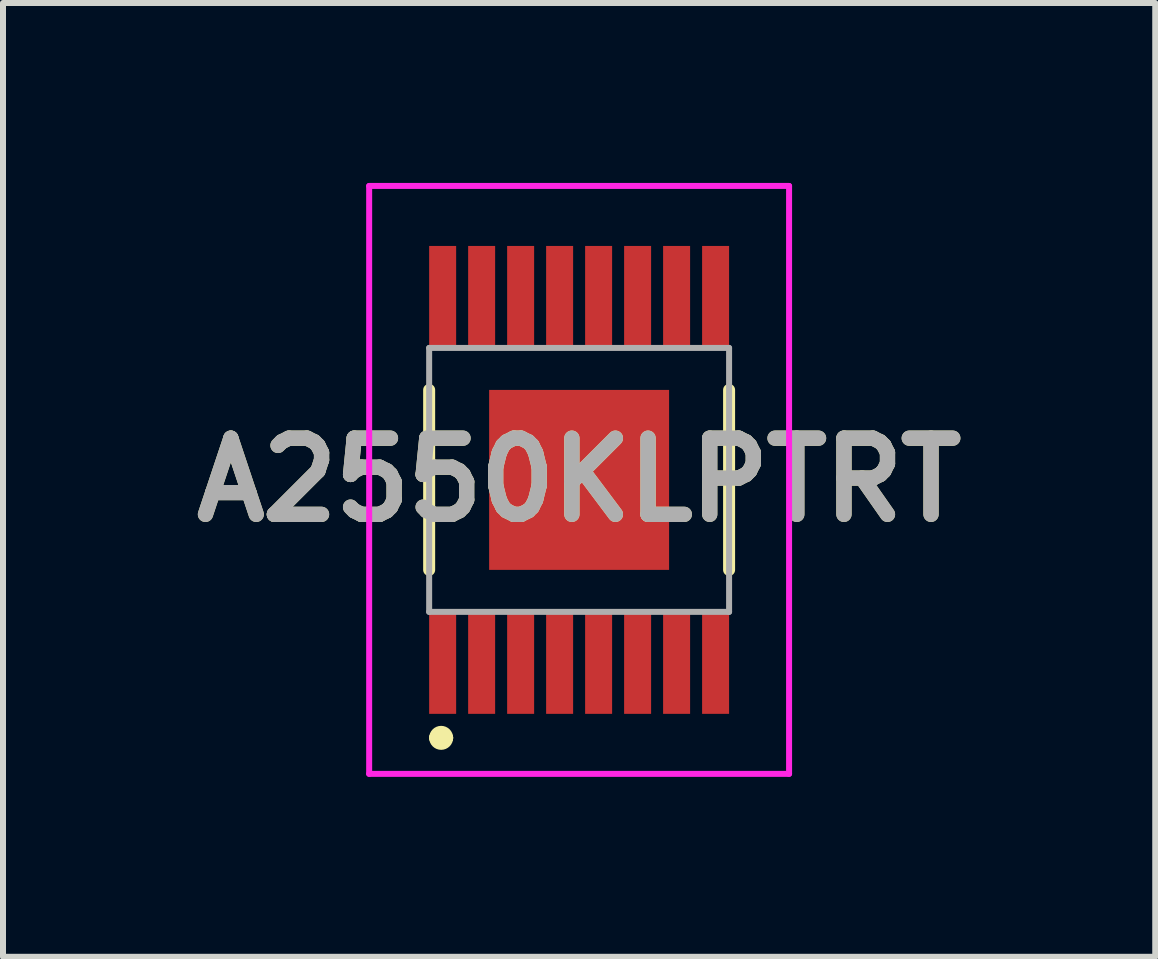
<source format=kicad_pcb>
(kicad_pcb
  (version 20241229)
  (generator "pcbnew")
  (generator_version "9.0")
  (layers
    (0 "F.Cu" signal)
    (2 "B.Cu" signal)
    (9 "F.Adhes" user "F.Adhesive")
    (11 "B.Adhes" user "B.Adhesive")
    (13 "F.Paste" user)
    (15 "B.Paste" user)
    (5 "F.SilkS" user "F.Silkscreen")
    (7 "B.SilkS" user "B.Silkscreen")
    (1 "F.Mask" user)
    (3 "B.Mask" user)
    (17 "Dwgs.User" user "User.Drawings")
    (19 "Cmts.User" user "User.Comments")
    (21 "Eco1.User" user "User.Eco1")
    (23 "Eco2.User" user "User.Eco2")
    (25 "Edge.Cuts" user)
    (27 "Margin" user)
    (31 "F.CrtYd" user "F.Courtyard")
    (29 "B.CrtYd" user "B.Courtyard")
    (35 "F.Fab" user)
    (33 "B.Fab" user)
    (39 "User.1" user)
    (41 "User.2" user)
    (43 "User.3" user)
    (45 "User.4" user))
  (footprint "A2550KLPTRT"
    (layer "F.Cu")
    (at 6.604 4.95)
    (property "Reference" "A2550KLPTRT" (at 0 0 0) (layer "F.SilkS") (effects (font (size 1.27 1.27) (thickness 0.254))))
    (attr smd)
    (fp_line (start -2.5 -1.5) (end -2.5 1.5) (stroke (width 0.2) (type solid)) (layer "F.SilkS"))
    (fp_line (start -2.4 4.3) (end -2.4 4.3) (stroke (width 0.2) (type solid)) (layer "F.SilkS"))
    (fp_line (start -2.2 4.3) (end -2.2 4.3) (stroke (width 0.2) (type solid)) (layer "F.SilkS"))
    (fp_line (start 2.5 -1.5) (end 2.5 1.5) (stroke (width 0.2) (type solid)) (layer "F.SilkS"))
    (fp_arc (start -2.4 4.3) (mid -2.3 4.2) (end -2.2 4.3) (stroke (width 0.2) (type solid)) (layer "F.SilkS"))
    (fp_arc (start -2.2 4.3) (mid -2.3 4.4) (end -2.4 4.3) (stroke (width 0.2) (type solid)) (layer "F.SilkS"))
    (fp_line (start -3.5 -4.9) (end 3.5 -4.9) (stroke (width 0.1) (type solid)) (layer "F.CrtYd"))
    (fp_line (start -3.5 4.9) (end -3.5 -4.9) (stroke (width 0.1) (type solid)) (layer "F.CrtYd"))
    (fp_line (start 3.5 -4.9) (end 3.5 4.9) (stroke (width 0.1) (type solid)) (layer "F.CrtYd"))
    (fp_line (start 3.5 4.9) (end -3.5 4.9) (stroke (width 0.1) (type solid)) (layer "F.CrtYd"))
    (fp_line (start -2.5 -2.2) (end 2.5 -2.2) (stroke (width 0.1) (type solid)) (layer "F.Fab"))
    (fp_line (start -2.5 2.2) (end -2.5 -2.2) (stroke (width 0.1) (type solid)) (layer "F.Fab"))
    (fp_line (start 2.5 -2.2) (end 2.5 2.2) (stroke (width 0.1) (type solid)) (layer "F.Fab"))
    (fp_line (start 2.5 2.2) (end -2.5 2.2) (stroke (width 0.1) (type solid)) (layer "F.Fab"))
    (fp_text user "${REFERENCE}" (at 0 0 0) (layer "F.Fab") (effects (font (size 1.27 1.27) (thickness 0.254))))
    (pad "1" smd rect (at -2.275 3.05) (size 0.45 1.7) (layers "F.Cu" "F.Mask" "F.Paste"))
    (pad "2" smd rect (at -1.625 3.05) (size 0.45 1.7) (layers "F.Cu" "F.Mask" "F.Paste"))
    (pad "3" smd rect (at -0.975 3.05) (size 0.45 1.7) (layers "F.Cu" "F.Mask" "F.Paste"))
    (pad "4" smd rect (at -0.325 3.05) (size 0.45 1.7) (layers "F.Cu" "F.Mask" "F.Paste"))
    (pad "5" smd rect (at 0.325 3.05) (size 0.45 1.7) (layers "F.Cu" "F.Mask" "F.Paste"))
    (pad "6" smd rect (at 0.975 3.05) (size 0.45 1.7) (layers "F.Cu" "F.Mask" "F.Paste"))
    (pad "7" smd rect (at 1.625 3.05) (size 0.45 1.7) (layers "F.Cu" "F.Mask" "F.Paste"))
    (pad "8" smd rect (at 2.275 3.05) (size 0.45 1.7) (layers "F.Cu" "F.Mask" "F.Paste"))
    (pad "9" smd rect (at 2.275 -3.05) (size 0.45 1.7) (layers "F.Cu" "F.Mask" "F.Paste"))
    (pad "10" smd rect (at 1.625 -3.05) (size 0.45 1.7) (layers "F.Cu" "F.Mask" "F.Paste"))
    (pad "11" smd rect (at 0.975 -3.05) (size 0.45 1.7) (layers "F.Cu" "F.Mask" "F.Paste"))
    (pad "12" smd rect (at 0.325 -3.05) (size 0.45 1.7) (layers "F.Cu" "F.Mask" "F.Paste"))
    (pad "13" smd rect (at -0.325 -3.05) (size 0.45 1.7) (layers "F.Cu" "F.Mask" "F.Paste"))
    (pad "14" smd rect (at -0.975 -3.05) (size 0.45 1.7) (layers "F.Cu" "F.Mask" "F.Paste"))
    (pad "15" smd rect (at -1.625 -3.05) (size 0.45 1.7) (layers "F.Cu" "F.Mask" "F.Paste"))
    (pad "16" smd rect (at -2.275 -3.05) (size 0.45 1.7) (layers "F.Cu" "F.Mask" "F.Paste"))
    (pad "17" smd rect (at 0 0) (size 3 3) (layers "F.Cu" "F.Mask" "F.Paste")))
  (gr_rect
    (start -3 -3)
    (end 16.208 12.9)
    (stroke (width 0.1) (type default))
    (fill no)
    (layer "Edge.Cuts")))
</source>
